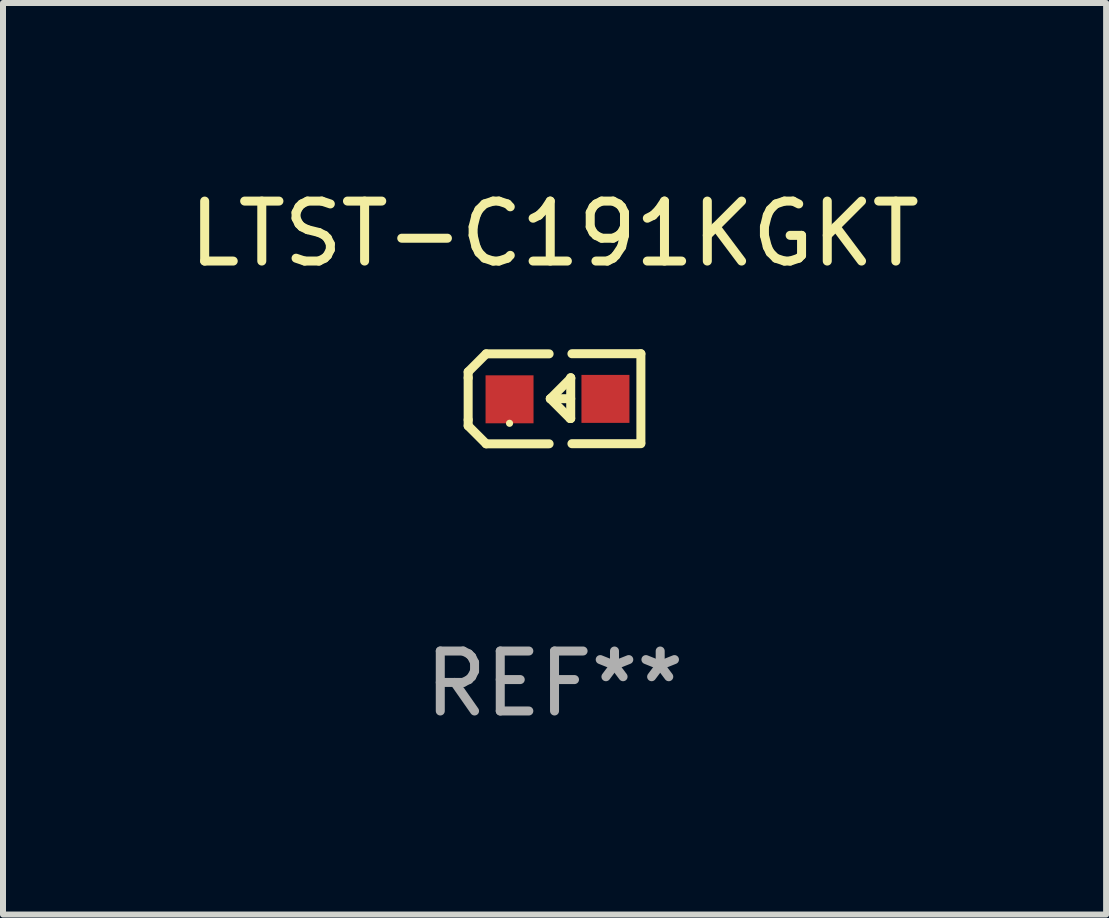
<source format=kicad_pcb>
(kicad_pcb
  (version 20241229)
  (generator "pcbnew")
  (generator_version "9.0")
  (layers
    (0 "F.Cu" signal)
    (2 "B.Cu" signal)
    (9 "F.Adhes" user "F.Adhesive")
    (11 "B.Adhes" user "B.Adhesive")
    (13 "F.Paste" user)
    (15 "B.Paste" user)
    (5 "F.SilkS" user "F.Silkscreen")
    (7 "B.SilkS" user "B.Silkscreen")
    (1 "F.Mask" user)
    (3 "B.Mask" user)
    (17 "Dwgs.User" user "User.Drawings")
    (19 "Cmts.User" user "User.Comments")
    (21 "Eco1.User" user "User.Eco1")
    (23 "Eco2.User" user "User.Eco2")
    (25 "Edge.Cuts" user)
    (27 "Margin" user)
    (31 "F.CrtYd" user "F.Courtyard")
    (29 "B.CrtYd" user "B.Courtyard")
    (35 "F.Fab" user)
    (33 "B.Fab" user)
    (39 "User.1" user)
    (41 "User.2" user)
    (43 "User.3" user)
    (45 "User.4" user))
  (footprint "LTST-C191KGKT"
    (layer "F.Cu")
    (at 6.196 3.599)
    (property "Reference" "LTST-C191KGKT" (at 0 -2.751 0) (layer "F.SilkS") (effects (font (size 1 1) (thickness 0.15))))
    (attr through_hole)
    (fp_line (start -1.44 -0.449) (end -1.14 -0.749) (stroke (width 0.15) (type solid)) (layer "F.SilkS"))
    (fp_line (start -1.44 -0.349) (end -1.44 -0.449) (stroke (width 0.15) (type solid)) (layer "F.SilkS"))
    (fp_line (start -1.44 -0.349) (end -1.44 0.351) (stroke (width 0.15) (type solid)) (layer "F.SilkS"))
    (fp_line (start -1.44 0.351) (end -1.44 0.451) (stroke (width 0.15) (type solid)) (layer "F.SilkS"))
    (fp_line (start -1.44 0.451) (end -1.14 0.751) (stroke (width 0.15) (type solid)) (layer "F.SilkS"))
    (fp_line (start -0.09 -0.749) (end -1.14 -0.749) (stroke (width 0.15) (type solid)) (layer "F.SilkS"))
    (fp_line (start -0.09 0.751) (end -1.14 0.751) (stroke (width 0.15) (type solid)) (layer "F.SilkS"))
    (fp_line (start 0.26 0.329) (end -0.07 -0.001) (stroke (width 0.15) (type solid)) (layer "F.SilkS"))
    (fp_line (start 0.27 -0.351) (end 0.27 -0.341) (stroke (width 0.15) (type solid)) (layer "F.SilkS"))
    (fp_line (start 0.27 -0.351) (end 0.27 0.329) (stroke (width 0.15) (type solid)) (layer "F.SilkS"))
    (fp_line (start 0.27 -0.341) (end -0.07 -0.001) (stroke (width 0.15) (type solid)) (layer "F.SilkS"))
    (fp_line (start 0.27 -0.001) (end -0.07 -0.001) (stroke (width 0.15) (type solid)) (layer "F.SilkS"))
    (fp_line (start 0.27 0.329) (end 0.26 0.329) (stroke (width 0.15) (type solid)) (layer "F.SilkS"))
    (fp_line (start 0.29 -0.751) (end 1.44 -0.751) (stroke (width 0.15) (type solid)) (layer "F.SilkS"))
    (fp_line (start 0.29 0.749) (end 1.44 0.749) (stroke (width 0.15) (type solid)) (layer "F.SilkS"))
    (fp_line (start 1.44 -0.751) (end 1.44 0.729) (stroke (width 0.15) (type solid)) (layer "F.SilkS"))
    (fp_circle (center -0.75 0.409) (end -0.72 0.409) (stroke (width 0.06) (type solid)) (fill no) (layer "F.SilkS"))
    (fp_text user "REF**" (at 0 4.751 0) (layer "F.Fab") (effects (font (size 1 1) (thickness 0.15))))
    (pad "1" smd rect (at -0.75 0.009 90) (size 0.8 0.8) (layers "F.Cu" "F.Mask" "F.Paste"))
    (pad "2" smd rect (at 0.849 0.002 90) (size 0.8 0.8) (layers "F.Cu" "F.Mask" "F.Paste")))
  (gr_rect
    (start -3 -3)
    (end 15.393 12.199)
    (stroke (width 0.1) (type default))
    (fill no)
    (layer "Edge.Cuts")))
</source>
